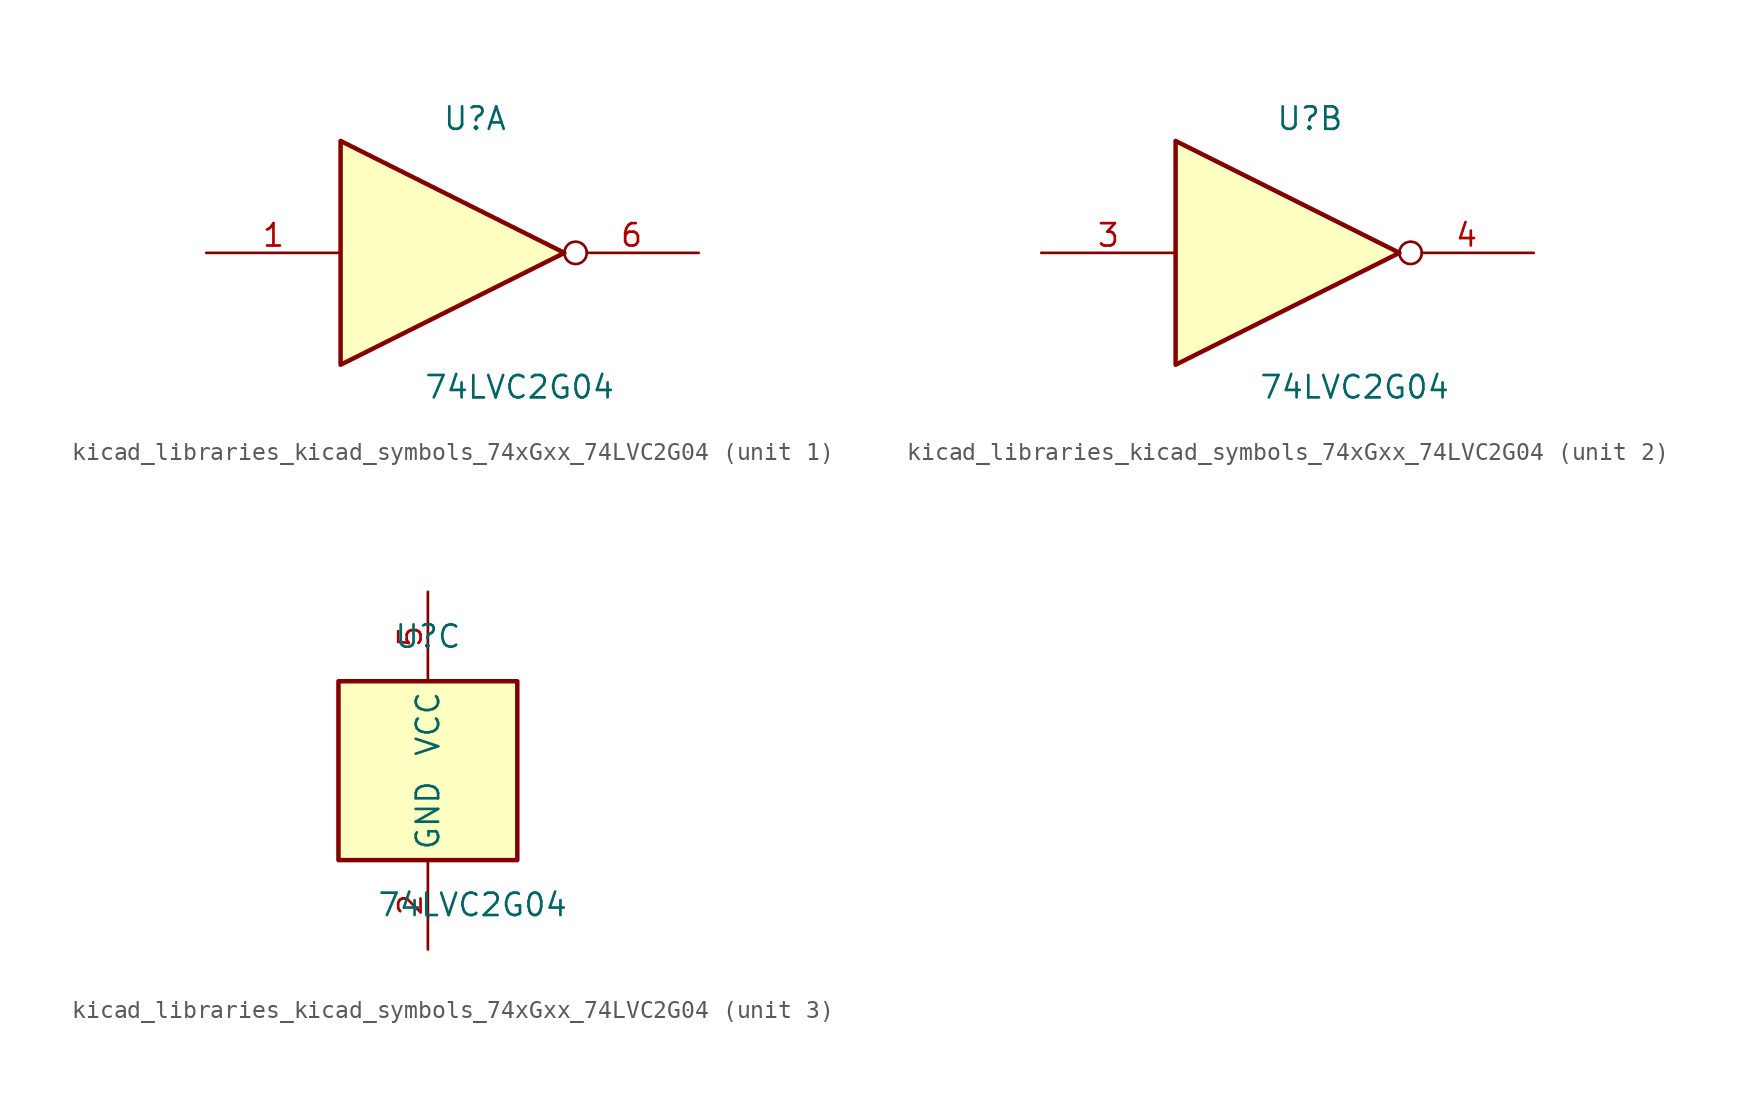
<source format=kicad_sym>
(kicad_symbol_lib
  (version 20220914)
  (generator kicad_symbol_editor)
  (symbol "kicad_libraries_kicad_symbols_74xGxx_74LVC2G04"
    (property "Reference" "U"
      (at 0 7.62 0)
      (effects (font (size 1.27 1.27))))
    (property "Value" "74LVC2G04"
      (at 2.54 -7.62 0)
      (effects (font (size 1.27 1.27))))
    (symbol "kicad_libraries_kicad_symbols_74xGxx_74LVC2G04_1_1"
      (polyline (pts (xy -7.62 6.35) (xy -7.62 -6.35) (xy 5.08 0) (xy -7.62 6.35)) (stroke (width 0.254) (type default)) (fill (type background)))
      (pin input line (at -15.24 0 0) (length 7.62) (name "~" (effects (font (size 1.27 1.27)))) (number "1" (effects (font (size 1.27 1.27)))))
      (pin output inverted (at 12.7 0 180) (length 7.62) (name "~" (effects (font (size 1.27 1.27)))) (number "6" (effects (font (size 1.27 1.27))))))
    (symbol "kicad_libraries_kicad_symbols_74xGxx_74LVC2G04_2_1"
      (polyline (pts (xy -7.62 6.35) (xy -7.62 -6.35) (xy 5.08 0) (xy -7.62 6.35)) (stroke (width 0.254) (type default)) (fill (type background)))
      (pin input line (at -15.24 0 0) (length 7.62) (name "~" (effects (font (size 1.27 1.27)))) (number "3" (effects (font (size 1.27 1.27)))))
      (pin output inverted (at 12.7 0 180) (length 7.62) (name "~" (effects (font (size 1.27 1.27)))) (number "4" (effects (font (size 1.27 1.27))))))
    (symbol "kicad_libraries_kicad_symbols_74xGxx_74LVC2G04_3_0"
      (rectangle (start -5.08 -5.08) (end 5.08 5.08) (stroke (width 0.254) (type default)) (fill (type background))))
    (symbol "kicad_libraries_kicad_symbols_74xGxx_74LVC2G04_3_1"
      (pin power_in line (at 0 -10.16 90) (length 5.08) (name "GND" (effects (font (size 1.27 1.27)))) (number "2" (effects (font (size 1.27 1.27)))))
      (pin power_in line (at 0 10.16 270) (length 5.08) (name "VCC" (effects (font (size 1.27 1.27)))) (number "5" (effects (font (size 1.27 1.27))))))))
</source>
